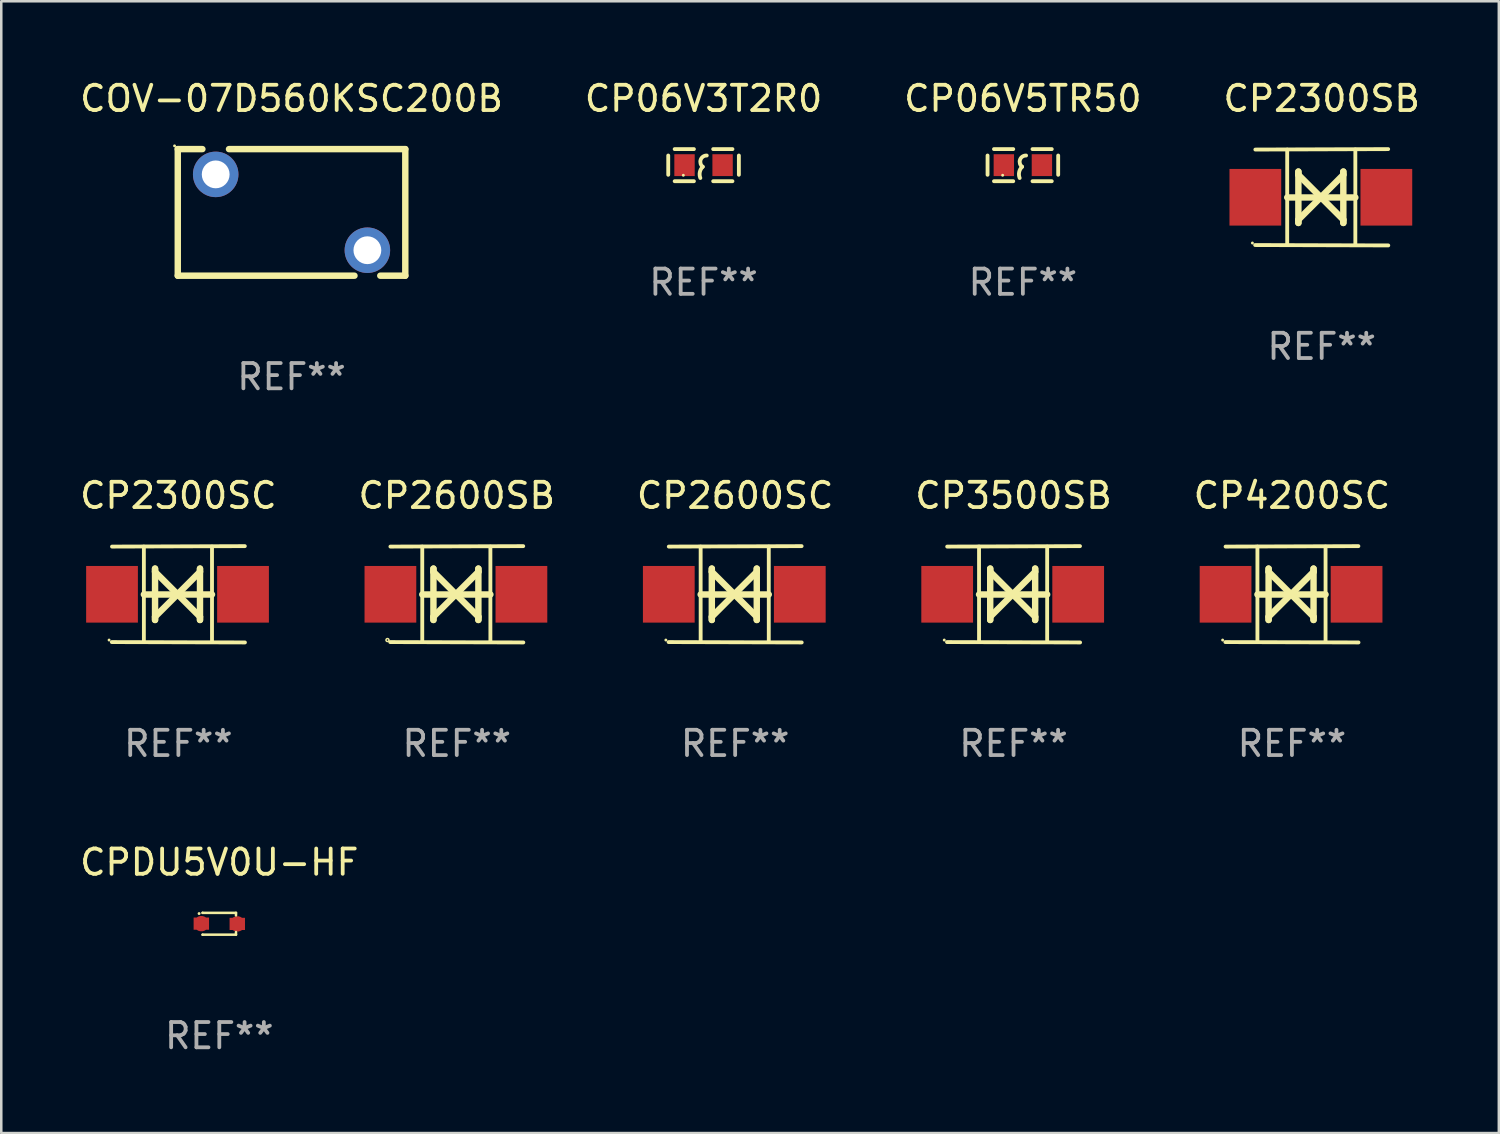
<source format=kicad_pcb>
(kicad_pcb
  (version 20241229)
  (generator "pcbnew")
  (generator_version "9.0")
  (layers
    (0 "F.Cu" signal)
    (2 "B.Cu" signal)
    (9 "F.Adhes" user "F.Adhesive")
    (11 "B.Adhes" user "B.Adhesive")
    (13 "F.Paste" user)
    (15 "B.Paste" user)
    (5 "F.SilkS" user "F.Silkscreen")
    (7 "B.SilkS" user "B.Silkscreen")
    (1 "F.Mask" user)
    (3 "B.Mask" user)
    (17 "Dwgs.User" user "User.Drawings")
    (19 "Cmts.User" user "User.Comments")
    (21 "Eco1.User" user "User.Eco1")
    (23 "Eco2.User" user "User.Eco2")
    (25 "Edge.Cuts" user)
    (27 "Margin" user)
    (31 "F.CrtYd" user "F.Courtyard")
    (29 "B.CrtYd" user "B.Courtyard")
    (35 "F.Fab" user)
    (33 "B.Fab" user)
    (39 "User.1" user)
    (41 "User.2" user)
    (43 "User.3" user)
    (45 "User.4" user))
  (footprint "CP4200SC"
    (layer "F.Cu")
    (at 48.054 20.458)
    (property "Reference" "CP4200SC" (at 0 -3.905 0) (layer "F.SilkS") (effects (font (size 1 1) (thickness 0.15))))
    (attr through_hole)
    (fp_line (start -1.365 1.886) (end -1.365 -1.886) (stroke (width 0.152) (type solid)) (layer "F.SilkS"))
    (fp_line (start -1.365 0.008) (end 1.33 0.008) (stroke (width 0.254) (type solid)) (layer "F.SilkS"))
    (fp_line (start -0.923 -1.016) (end -0.923 1.016) (stroke (width 0.254) (type solid)) (layer "F.SilkS"))
    (fp_line (start -0.923 -0.889) (end -0.923 -1.016) (stroke (width 0.254) (type solid)) (layer "F.SilkS"))
    (fp_line (start -0.923 0.889) (end -0.034 0) (stroke (width 0.254) (type solid)) (layer "F.SilkS"))
    (fp_line (start -0.923 1.016) (end -0.923 0.889) (stroke (width 0.254) (type solid)) (layer "F.SilkS"))
    (fp_line (start -0.034 0) (end -0.923 -0.889) (stroke (width 0.254) (type solid)) (layer "F.SilkS"))
    (fp_line (start -0.034 0) (end 0.855 0.889) (stroke (width 0.254) (type solid)) (layer "F.SilkS"))
    (fp_line (start 0.855 -1.016) (end 0.855 -0.889) (stroke (width 0.254) (type solid)) (layer "F.SilkS"))
    (fp_line (start 0.855 -0.889) (end -0.034 0) (stroke (width 0.254) (type solid)) (layer "F.SilkS"))
    (fp_line (start 0.855 0.889) (end 0.855 1.016) (stroke (width 0.254) (type solid)) (layer "F.SilkS"))
    (fp_line (start 0.855 1.016) (end 0.855 -1.016) (stroke (width 0.254) (type solid)) (layer "F.SilkS"))
    (fp_line (start 1.33 1.886) (end 1.33 -1.886) (stroke (width 0.152) (type solid)) (layer "F.SilkS"))
    (fp_line (start 2.629 -1.905) (end -2.625 -1.887) (stroke (width 0.152) (type solid)) (layer "F.SilkS"))
    (fp_line (start 2.633 1.905) (end -2.633 1.89) (stroke (width 0.152) (type solid)) (layer "F.SilkS"))
    (fp_circle (center -2.741 1.81) (end -2.711 1.81) (stroke (width 0.06) (type solid)) (fill no) (layer "F.SilkS"))
    (fp_text user "REF**" (at 0 5.905 0) (layer "F.Fab") (effects (font (size 1 1) (thickness 0.15))))
    (pad "1" smd rect (at -2.625 0) (size 2.047 2.241) (layers "F.Cu" "F.Mask" "F.Paste"))
    (pad "2" smd rect (at 2.557 0) (size 2.047 2.241) (layers "F.Cu" "F.Mask" "F.Paste")))
  (footprint "CP06V5TR50"
    (layer "F.Cu")
    (at 37.411 3.483)
    (property "Reference" "CP06V5TR50" (at 0 -2.635 0) (layer "F.SilkS") (effects (font (size 1 1) (thickness 0.15))))
    (attr through_hole)
    (fp_line (start -1.397 -0.381) (end -1.397 0.381) (stroke (width 0.152) (type solid)) (layer "F.SilkS"))
    (fp_line (start -0.381 -0.635) (end -1.143 -0.635) (stroke (width 0.152) (type solid)) (layer "F.SilkS"))
    (fp_line (start -0.381 0.635) (end -1.143 0.635) (stroke (width 0.152) (type solid)) (layer "F.SilkS"))
    (fp_line (start 0.381 -0.635) (end 1.143 -0.635) (stroke (width 0.152) (type solid)) (layer "F.SilkS"))
    (fp_line (start 0.381 0.635) (end 1.143 0.635) (stroke (width 0.152) (type solid)) (layer "F.SilkS"))
    (fp_line (start 1.397 -0.381) (end 1.397 0.381) (stroke (width 0.152) (type solid)) (layer "F.SilkS"))
    (fp_arc (start -0.127 0.508001) (mid -0.146523 0.271131) (end -0.030861 0.0635) (stroke (width 0.151994) (type solid)) (layer "F.SilkS"))
    (fp_arc (start -0.03175 0.0635) (mid -0.113571 -0.216321) (end 0.127001 -0.381002) (stroke (width 0.151994) (type solid)) (layer "F.SilkS"))
    (fp_circle (center -0.8 0.4) (end -0.77 0.4) (stroke (width 0.06) (type solid)) (fill no) (layer "F.SilkS"))
    (fp_text user "REF**" (at 0 4.635 0) (layer "F.Fab") (effects (font (size 1 1) (thickness 0.15))))
    (pad "1" smd rect (at -0.753 0) (size 0.806 0.864) (layers "F.Cu" "F.Mask" "F.Paste"))
    (pad "2" smd rect (at 0.753 0) (size 0.806 0.864) (layers "F.Cu" "F.Mask" "F.Paste")))
  (footprint "COV-07D560KSC200B"
    (layer "F.Cu")
    (at 8.482 5.352)
    (property "Reference" "COV-07D560KSC200B" (at 0 -4.504 0) (layer "F.SilkS") (effects (font (size 1 1) (thickness 0.15))))
    (attr through_hole)
    (fp_line (start -4.5 -2.504) (end -4.5 2.504) (stroke (width 0.254) (type solid)) (layer "F.SilkS"))
    (fp_line (start -4.5 -2.504) (end -3.526 -2.504) (stroke (width 0.254) (type solid)) (layer "F.SilkS"))
    (fp_line (start -4.5 2.504) (end 2.49 2.504) (stroke (width 0.254) (type solid)) (layer "F.SilkS"))
    (fp_line (start -2.474 -2.504) (end 4.5 -2.504) (stroke (width 0.254) (type solid)) (layer "F.SilkS"))
    (fp_line (start 3.51 2.504) (end 4.5 2.504) (stroke (width 0.254) (type solid)) (layer "F.SilkS"))
    (fp_line (start 4.5 2.504) (end 4.5 -2.504) (stroke (width 0.254) (type solid)) (layer "F.SilkS"))
    (fp_circle (center -4.627 -2.631) (end -4.597 -2.631) (stroke (width 0.06) (type solid)) (fill no) (layer "F.SilkS"))
    (fp_text user "REF**" (at 0 6.504 0) (layer "F.Fab") (effects (font (size 1 1) (thickness 0.15))))
    (pad "1" thru_hole circle (at -3 -1.504) (size 1.8 1.8) (drill 1.1) (layers "*.Cu" "*.Mask"))
    (pad "2" thru_hole circle (at 3 1.496) (size 1.8 1.8) (drill 1.1) (layers "*.Cu" "*.Mask")))
  (footprint "CP2300SC"
    (layer "F.Cu")
    (at 4.006 20.458)
    (property "Reference" "CP2300SC" (at 0 -3.905 0) (layer "F.SilkS") (effects (font (size 1 1) (thickness 0.15))))
    (attr through_hole)
    (fp_line (start -1.365 1.886) (end -1.365 -1.886) (stroke (width 0.152) (type solid)) (layer "F.SilkS"))
    (fp_line (start -1.365 0.008) (end 1.33 0.008) (stroke (width 0.254) (type solid)) (layer "F.SilkS"))
    (fp_line (start -0.923 -1.016) (end -0.923 1.016) (stroke (width 0.254) (type solid)) (layer "F.SilkS"))
    (fp_line (start -0.923 -0.889) (end -0.923 -1.016) (stroke (width 0.254) (type solid)) (layer "F.SilkS"))
    (fp_line (start -0.923 0.889) (end -0.034 0) (stroke (width 0.254) (type solid)) (layer "F.SilkS"))
    (fp_line (start -0.923 1.016) (end -0.923 0.889) (stroke (width 0.254) (type solid)) (layer "F.SilkS"))
    (fp_line (start -0.034 0) (end -0.923 -0.889) (stroke (width 0.254) (type solid)) (layer "F.SilkS"))
    (fp_line (start -0.034 0) (end 0.855 0.889) (stroke (width 0.254) (type solid)) (layer "F.SilkS"))
    (fp_line (start 0.855 -1.016) (end 0.855 -0.889) (stroke (width 0.254) (type solid)) (layer "F.SilkS"))
    (fp_line (start 0.855 -0.889) (end -0.034 0) (stroke (width 0.254) (type solid)) (layer "F.SilkS"))
    (fp_line (start 0.855 0.889) (end 0.855 1.016) (stroke (width 0.254) (type solid)) (layer "F.SilkS"))
    (fp_line (start 0.855 1.016) (end 0.855 -1.016) (stroke (width 0.254) (type solid)) (layer "F.SilkS"))
    (fp_line (start 1.33 1.886) (end 1.33 -1.886) (stroke (width 0.152) (type solid)) (layer "F.SilkS"))
    (fp_line (start 2.629 -1.905) (end -2.625 -1.887) (stroke (width 0.152) (type solid)) (layer "F.SilkS"))
    (fp_line (start 2.633 1.905) (end -2.633 1.89) (stroke (width 0.152) (type solid)) (layer "F.SilkS"))
    (fp_circle (center -2.741 1.81) (end -2.711 1.81) (stroke (width 0.06) (type solid)) (fill no) (layer "F.SilkS"))
    (fp_text user "REF**" (at 0 5.905 0) (layer "F.Fab") (effects (font (size 1 1) (thickness 0.15))))
    (pad "1" smd rect (at -2.625 0) (size 2.047 2.241) (layers "F.Cu" "F.Mask" "F.Paste"))
    (pad "2" smd rect (at 2.557 0) (size 2.047 2.241) (layers "F.Cu" "F.Mask" "F.Paste")))
  (footprint "CP2600SC"
    (layer "F.Cu")
    (at 26.03 20.458)
    (property "Reference" "CP2600SC" (at 0 -3.905 0) (layer "F.SilkS") (effects (font (size 1 1) (thickness 0.15))))
    (attr through_hole)
    (fp_line (start -1.365 1.886) (end -1.365 -1.886) (stroke (width 0.152) (type solid)) (layer "F.SilkS"))
    (fp_line (start -1.365 0.008) (end 1.33 0.008) (stroke (width 0.254) (type solid)) (layer "F.SilkS"))
    (fp_line (start -0.923 -1.016) (end -0.923 1.016) (stroke (width 0.254) (type solid)) (layer "F.SilkS"))
    (fp_line (start -0.923 -0.889) (end -0.923 -1.016) (stroke (width 0.254) (type solid)) (layer "F.SilkS"))
    (fp_line (start -0.923 0.889) (end -0.034 0) (stroke (width 0.254) (type solid)) (layer "F.SilkS"))
    (fp_line (start -0.923 1.016) (end -0.923 0.889) (stroke (width 0.254) (type solid)) (layer "F.SilkS"))
    (fp_line (start -0.034 0) (end -0.923 -0.889) (stroke (width 0.254) (type solid)) (layer "F.SilkS"))
    (fp_line (start -0.034 0) (end 0.855 0.889) (stroke (width 0.254) (type solid)) (layer "F.SilkS"))
    (fp_line (start 0.855 -1.016) (end 0.855 -0.889) (stroke (width 0.254) (type solid)) (layer "F.SilkS"))
    (fp_line (start 0.855 -0.889) (end -0.034 0) (stroke (width 0.254) (type solid)) (layer "F.SilkS"))
    (fp_line (start 0.855 0.889) (end 0.855 1.016) (stroke (width 0.254) (type solid)) (layer "F.SilkS"))
    (fp_line (start 0.855 1.016) (end 0.855 -1.016) (stroke (width 0.254) (type solid)) (layer "F.SilkS"))
    (fp_line (start 1.33 1.886) (end 1.33 -1.886) (stroke (width 0.152) (type solid)) (layer "F.SilkS"))
    (fp_line (start 2.629 -1.905) (end -2.625 -1.887) (stroke (width 0.152) (type solid)) (layer "F.SilkS"))
    (fp_line (start 2.633 1.905) (end -2.633 1.89) (stroke (width 0.152) (type solid)) (layer "F.SilkS"))
    (fp_circle (center -2.741 1.81) (end -2.711 1.81) (stroke (width 0.06) (type solid)) (fill no) (layer "F.SilkS"))
    (fp_text user "REF**" (at 0 5.905 0) (layer "F.Fab") (effects (font (size 1 1) (thickness 0.15))))
    (pad "1" smd rect (at -2.625 0) (size 2.047 2.241) (layers "F.Cu" "F.Mask" "F.Paste"))
    (pad "2" smd rect (at 2.557 0) (size 2.047 2.241) (layers "F.Cu" "F.Mask" "F.Paste")))
  (footprint "CP3500SB"
    (layer "F.Cu")
    (at 37.042 20.458)
    (property "Reference" "CP3500SB" (at 0 -3.905 0) (layer "F.SilkS") (effects (font (size 1 1) (thickness 0.15))))
    (attr through_hole)
    (fp_line (start -1.365 1.886) (end -1.365 -1.886) (stroke (width 0.152) (type solid)) (layer "F.SilkS"))
    (fp_line (start -1.365 0.008) (end 1.33 0.008) (stroke (width 0.254) (type solid)) (layer "F.SilkS"))
    (fp_line (start -0.923 -1.016) (end -0.923 1.016) (stroke (width 0.254) (type solid)) (layer "F.SilkS"))
    (fp_line (start -0.923 -0.889) (end -0.923 -1.016) (stroke (width 0.254) (type solid)) (layer "F.SilkS"))
    (fp_line (start -0.923 0.889) (end -0.034 0) (stroke (width 0.254) (type solid)) (layer "F.SilkS"))
    (fp_line (start -0.923 1.016) (end -0.923 0.889) (stroke (width 0.254) (type solid)) (layer "F.SilkS"))
    (fp_line (start -0.034 0) (end -0.923 -0.889) (stroke (width 0.254) (type solid)) (layer "F.SilkS"))
    (fp_line (start -0.034 0) (end 0.855 0.889) (stroke (width 0.254) (type solid)) (layer "F.SilkS"))
    (fp_line (start 0.855 -1.016) (end 0.855 -0.889) (stroke (width 0.254) (type solid)) (layer "F.SilkS"))
    (fp_line (start 0.855 -0.889) (end -0.034 0) (stroke (width 0.254) (type solid)) (layer "F.SilkS"))
    (fp_line (start 0.855 0.889) (end 0.855 1.016) (stroke (width 0.254) (type solid)) (layer "F.SilkS"))
    (fp_line (start 0.855 1.016) (end 0.855 -1.016) (stroke (width 0.254) (type solid)) (layer "F.SilkS"))
    (fp_line (start 1.33 1.886) (end 1.33 -1.886) (stroke (width 0.152) (type solid)) (layer "F.SilkS"))
    (fp_line (start 2.629 -1.905) (end -2.625 -1.887) (stroke (width 0.152) (type solid)) (layer "F.SilkS"))
    (fp_line (start 2.633 1.905) (end -2.633 1.89) (stroke (width 0.152) (type solid)) (layer "F.SilkS"))
    (fp_circle (center -2.741 1.81) (end -2.711 1.81) (stroke (width 0.06) (type solid)) (fill no) (layer "F.SilkS"))
    (fp_text user "REF**" (at 0 5.905 0) (layer "F.Fab") (effects (font (size 1 1) (thickness 0.15))))
    (pad "1" smd rect (at -2.625 0) (size 2.047 2.241) (layers "F.Cu" "F.Mask" "F.Paste"))
    (pad "2" smd rect (at 2.557 0) (size 2.047 2.241) (layers "F.Cu" "F.Mask" "F.Paste")))
  (footprint "CP2600SB"
    (layer "F.Cu")
    (at 15.018 20.458)
    (property "Reference" "CP2600SB" (at 0 -3.905 0) (layer "F.SilkS") (effects (font (size 1 1) (thickness 0.15))))
    (attr through_hole)
    (fp_line (start -1.365 1.886) (end -1.365 -1.886) (stroke (width 0.152) (type solid)) (layer "F.SilkS"))
    (fp_line (start -1.365 0.008) (end 1.33 0.008) (stroke (width 0.254) (type solid)) (layer "F.SilkS"))
    (fp_line (start -0.923 -1.016) (end -0.923 1.016) (stroke (width 0.254) (type solid)) (layer "F.SilkS"))
    (fp_line (start -0.923 -0.889) (end -0.923 -1.016) (stroke (width 0.254) (type solid)) (layer "F.SilkS"))
    (fp_line (start -0.923 0.889) (end -0.034 0) (stroke (width 0.254) (type solid)) (layer "F.SilkS"))
    (fp_line (start -0.923 1.016) (end -0.923 0.889) (stroke (width 0.254) (type solid)) (layer "F.SilkS"))
    (fp_line (start -0.034 0) (end -0.923 -0.889) (stroke (width 0.254) (type solid)) (layer "F.SilkS"))
    (fp_line (start -0.034 0) (end 0.855 0.889) (stroke (width 0.254) (type solid)) (layer "F.SilkS"))
    (fp_line (start 0.855 -1.016) (end 0.855 -0.889) (stroke (width 0.254) (type solid)) (layer "F.SilkS"))
    (fp_line (start 0.855 -0.889) (end -0.034 0) (stroke (width 0.254) (type solid)) (layer "F.SilkS"))
    (fp_line (start 0.855 0.889) (end 0.855 1.016) (stroke (width 0.254) (type solid)) (layer "F.SilkS"))
    (fp_line (start 0.855 1.016) (end 0.855 -1.016) (stroke (width 0.254) (type solid)) (layer "F.SilkS"))
    (fp_line (start 1.33 1.886) (end 1.33 -1.886) (stroke (width 0.152) (type solid)) (layer "F.SilkS"))
    (fp_line (start 2.629 -1.905) (end -2.625 -1.887) (stroke (width 0.152) (type solid)) (layer "F.SilkS"))
    (fp_line (start 2.633 1.905) (end -2.633 1.89) (stroke (width 0.152) (type solid)) (layer "F.SilkS"))
    (fp_circle (center -2.741 1.81) (end -2.712 1.81) (stroke (width 0.06) (type solid)) (fill no) (layer "F.SilkS"))
    (fp_text user "REF**" (at 0 5.905 0) (layer "F.Fab") (effects (font (size 1 1) (thickness 0.15))))
    (pad "1" smd rect (at -2.625 0) (size 2.047 2.241) (layers "F.Cu" "F.Mask" "F.Paste"))
    (pad "2" smd rect (at 2.557 0) (size 2.047 2.241) (layers "F.Cu" "F.Mask" "F.Paste")))
  (footprint "CPDU5V0U-HF"
    (layer "F.Cu")
    (at 5.625 33.491)
    (property "Reference" "CPDU5V0U-HF" (at 0 -2.432 0) (layer "F.SilkS") (effects (font (size 1 1) (thickness 0.15))))
    (attr through_hole)
    (fp_line (start -0.661 0.432) (end -0.661 0.432) (stroke (width 0.1) (type solid)) (layer "F.SilkS"))
    (fp_line (start -0.661 -0.432) (end -0.661 -0.432) (stroke (width 0.1) (type solid)) (layer "F.SilkS"))
    (fp_line (start -0.661 -0.432) (end 0.66 -0.432) (stroke (width 0.1) (type solid)) (layer "F.SilkS"))
    (fp_line (start 0.66 0.326) (end 0.66 0.432) (stroke (width 0.1) (type solid)) (layer "F.SilkS"))
    (fp_line (start 0.66 0.432) (end -0.661 0.432) (stroke (width 0.1) (type solid)) (layer "F.SilkS"))
    (fp_line (start 0.66 -0.432) (end 0.66 -0.33) (stroke (width 0.1) (type solid)) (layer "F.SilkS"))
    (fp_circle (center -0.8 -0.404) (end -0.77 -0.404) (stroke (width 0.06) (type solid)) (fill no) (layer "F.SilkS"))
    (fp_text user "REF**" (at 0 4.432 0) (layer "F.Fab") (effects (font (size 1 1) (thickness 0.15))))
    (pad "1" smd custom (at -0.711 -0.005) (size 0.61 0.483) (layers "F.Cu" "F.Mask" "F.Paste") (options (anchor circle)) (primitives (gr_poly (pts (xy -0.305 -0.241) (xy 0.305 -0.241) (xy 0.305 0.241) (xy -0.305 0.241)) (width 0) (fill yes))))
    (pad "2" smd custom (at 0.711 0.005) (size 0.61 0.483) (layers "F.Cu" "F.Mask" "F.Paste") (options (anchor circle)) (primitives (gr_poly (pts (xy -0.305 -0.241) (xy 0.305 -0.241) (xy 0.305 0.241) (xy -0.305 0.241)) (width 0) (fill yes)))))
  (footprint "CP06V3T2R0"
    (layer "F.Cu")
    (at 24.78 3.483)
    (property "Reference" "CP06V3T2R0" (at 0 -2.635 0) (layer "F.SilkS") (effects (font (size 1 1) (thickness 0.15))))
    (attr through_hole)
    (fp_line (start -1.397 -0.381) (end -1.397 0.381) (stroke (width 0.152) (type solid)) (layer "F.SilkS"))
    (fp_line (start -0.381 -0.635) (end -1.143 -0.635) (stroke (width 0.152) (type solid)) (layer "F.SilkS"))
    (fp_line (start -0.381 0.635) (end -1.143 0.635) (stroke (width 0.152) (type solid)) (layer "F.SilkS"))
    (fp_line (start 0.381 -0.635) (end 1.143 -0.635) (stroke (width 0.152) (type solid)) (layer "F.SilkS"))
    (fp_line (start 0.381 0.635) (end 1.143 0.635) (stroke (width 0.152) (type solid)) (layer "F.SilkS"))
    (fp_line (start 1.397 -0.381) (end 1.397 0.381) (stroke (width 0.152) (type solid)) (layer "F.SilkS"))
    (fp_arc (start -0.127 0.508001) (mid -0.146523 0.271131) (end -0.030861 0.0635) (stroke (width 0.151994) (type solid)) (layer "F.SilkS"))
    (fp_arc (start -0.03175 0.0635) (mid -0.113571 -0.216321) (end 0.127001 -0.381002) (stroke (width 0.151994) (type solid)) (layer "F.SilkS"))
    (fp_circle (center -0.8 0.4) (end -0.77 0.4) (stroke (width 0.06) (type solid)) (fill no) (layer "F.SilkS"))
    (fp_text user "REF**" (at 0 4.635 0) (layer "F.Fab") (effects (font (size 1 1) (thickness 0.15))))
    (pad "1" smd rect (at -0.753 0) (size 0.806 0.864) (layers "F.Cu" "F.Mask" "F.Paste"))
    (pad "2" smd rect (at 0.753 0) (size 0.806 0.864) (layers "F.Cu" "F.Mask" "F.Paste")))
  (footprint "CP2300SB"
    (layer "F.Cu")
    (at 49.232 4.753)
    (property "Reference" "CP2300SB" (at 0 -3.905 0) (layer "F.SilkS") (effects (font (size 1 1) (thickness 0.15))))
    (attr through_hole)
    (fp_line (start -1.365 1.886) (end -1.365 -1.886) (stroke (width 0.152) (type solid)) (layer "F.SilkS"))
    (fp_line (start -1.365 0.008) (end 1.33 0.008) (stroke (width 0.254) (type solid)) (layer "F.SilkS"))
    (fp_line (start -0.923 -1.016) (end -0.923 1.016) (stroke (width 0.254) (type solid)) (layer "F.SilkS"))
    (fp_line (start -0.923 -0.889) (end -0.923 -1.016) (stroke (width 0.254) (type solid)) (layer "F.SilkS"))
    (fp_line (start -0.923 0.889) (end -0.034 0) (stroke (width 0.254) (type solid)) (layer "F.SilkS"))
    (fp_line (start -0.923 1.016) (end -0.923 0.889) (stroke (width 0.254) (type solid)) (layer "F.SilkS"))
    (fp_line (start -0.034 0) (end -0.923 -0.889) (stroke (width 0.254) (type solid)) (layer "F.SilkS"))
    (fp_line (start -0.034 0) (end 0.855 0.889) (stroke (width 0.254) (type solid)) (layer "F.SilkS"))
    (fp_line (start 0.855 -1.016) (end 0.855 -0.889) (stroke (width 0.254) (type solid)) (layer "F.SilkS"))
    (fp_line (start 0.855 -0.889) (end -0.034 0) (stroke (width 0.254) (type solid)) (layer "F.SilkS"))
    (fp_line (start 0.855 0.889) (end 0.855 1.016) (stroke (width 0.254) (type solid)) (layer "F.SilkS"))
    (fp_line (start 0.855 1.016) (end 0.855 -1.016) (stroke (width 0.254) (type solid)) (layer "F.SilkS"))
    (fp_line (start 1.33 1.886) (end 1.33 -1.886) (stroke (width 0.152) (type solid)) (layer "F.SilkS"))
    (fp_line (start 2.629 -1.905) (end -2.625 -1.887) (stroke (width 0.152) (type solid)) (layer "F.SilkS"))
    (fp_line (start 2.633 1.905) (end -2.633 1.89) (stroke (width 0.152) (type solid)) (layer "F.SilkS"))
    (fp_circle (center -2.741 1.81) (end -2.711 1.81) (stroke (width 0.06) (type solid)) (fill no) (layer "F.SilkS"))
    (fp_text user "REF**" (at 0 5.905 0) (layer "F.Fab") (effects (font (size 1 1) (thickness 0.15))))
    (pad "1" smd rect (at -2.625 0) (size 2.047 2.241) (layers "F.Cu" "F.Mask" "F.Paste"))
    (pad "2" smd rect (at 2.557 0) (size 2.047 2.241) (layers "F.Cu" "F.Mask" "F.Paste")))
  (gr_rect
    (start -3 -3)
    (end 56.238 41.771)
    (stroke (width 0.1) (type default))
    (fill no)
    (layer "Edge.Cuts")))
</source>
